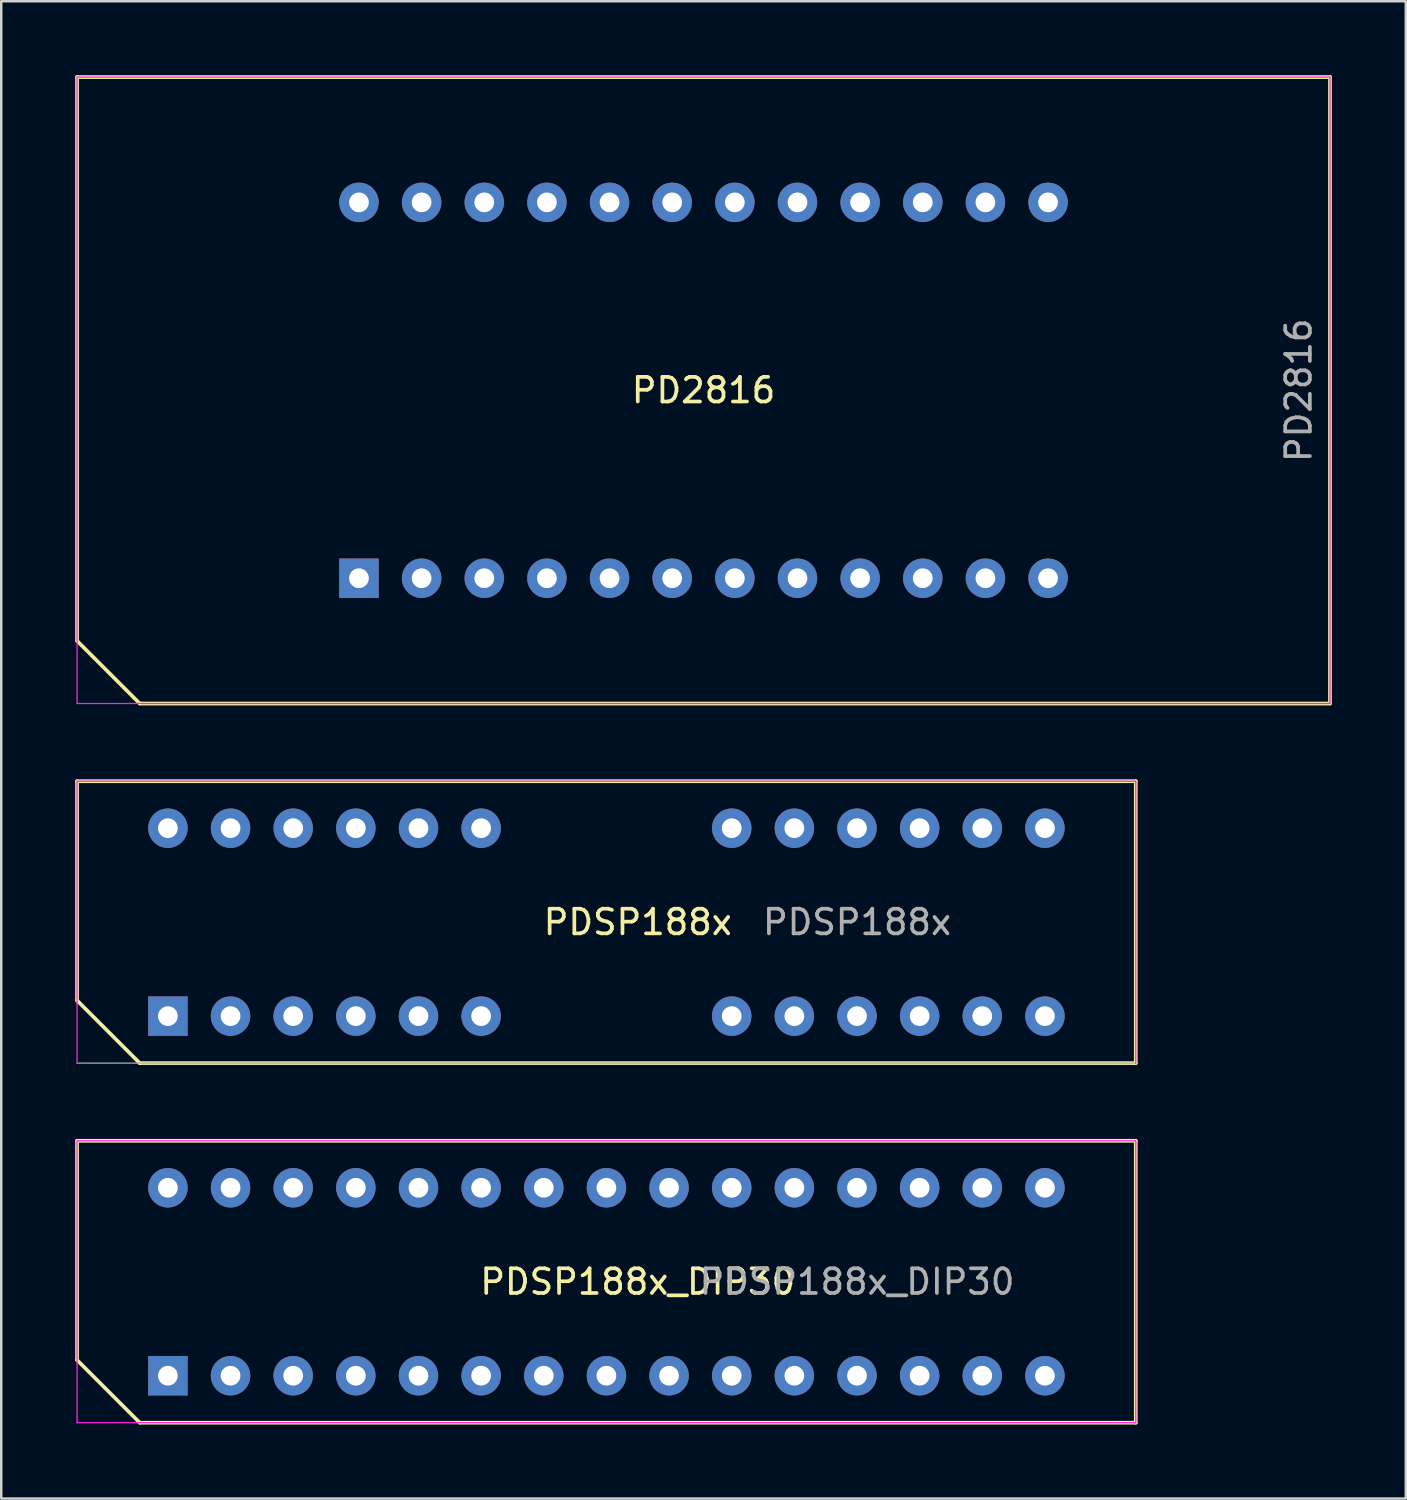
<source format=kicad_pcb>
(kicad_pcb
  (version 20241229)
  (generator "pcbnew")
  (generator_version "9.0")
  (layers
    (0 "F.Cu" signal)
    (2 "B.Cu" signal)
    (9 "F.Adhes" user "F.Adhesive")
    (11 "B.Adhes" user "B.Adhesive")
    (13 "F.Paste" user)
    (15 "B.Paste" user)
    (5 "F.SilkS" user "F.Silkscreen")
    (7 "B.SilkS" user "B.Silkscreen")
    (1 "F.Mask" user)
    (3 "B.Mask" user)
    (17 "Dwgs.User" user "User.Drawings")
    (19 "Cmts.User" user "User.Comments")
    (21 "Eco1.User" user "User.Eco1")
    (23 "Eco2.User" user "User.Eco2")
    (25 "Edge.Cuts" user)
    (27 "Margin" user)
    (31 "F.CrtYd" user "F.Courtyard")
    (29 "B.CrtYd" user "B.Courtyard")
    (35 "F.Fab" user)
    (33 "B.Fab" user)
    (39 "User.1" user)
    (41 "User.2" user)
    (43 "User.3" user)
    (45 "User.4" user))
  (footprint "PDSP188x_DIP30"
    (layer "F.Cu")
    (at 3.758 52.73)
    (property "Reference" "PDSP188x_DIP30" (at 19.05 -3.81 180) (layer "F.SilkS") (effects (font (size 1 1) (thickness 0.15))))
    (attr through_hole)
    (fp_line (start -3.683 -9.525) (end -3.683 -0.635) (stroke (width 0.15) (type solid)) (layer "F.SilkS"))
    (fp_line (start -3.683 -9.525) (end 39.243 -9.525) (stroke (width 0.15) (type solid)) (layer "F.SilkS"))
    (fp_line (start -3.683 -0.635) (end -1.143 1.905) (stroke (width 0.15) (type solid)) (layer "F.SilkS"))
    (fp_line (start -1.143 1.905) (end 39.243 1.905) (stroke (width 0.15) (type solid)) (layer "F.SilkS"))
    (fp_line (start 39.243 -9.525) (end 39.243 1.905) (stroke (width 0.15) (type solid)) (layer "F.SilkS"))
    (fp_line (start -3.683 -9.525) (end -3.683 1.905) (stroke (width 0.051) (type solid)) (layer "F.CrtYd"))
    (fp_line (start -3.683 -9.525) (end 39.243 -9.525) (stroke (width 0.051) (type solid)) (layer "F.CrtYd"))
    (fp_line (start -3.683 1.905) (end 39.243 1.905) (stroke (width 0.051) (type solid)) (layer "F.CrtYd"))
    (fp_line (start 39.243 -9.525) (end 39.243 1.905) (stroke (width 0.051) (type solid)) (layer "F.CrtYd"))
    (fp_text user "${REFERENCE}" (at 27.94 -3.81 180) (layer "F.Fab") (effects (font (size 1 1) (thickness 0.15))))
    (pad "1" thru_hole rect (at 0 0 90) (size 1.6 1.6) (drill 0.8) (layers "*.Cu" "*.Mask"))
    (pad "2" thru_hole oval (at 2.54 0 90) (size 1.6 1.6) (drill 0.8) (layers "*.Cu" "*.Mask"))
    (pad "3" thru_hole oval (at 5.08 0 90) (size 1.6 1.6) (drill 0.8) (layers "*.Cu" "*.Mask"))
    (pad "4" thru_hole oval (at 7.62 0 90) (size 1.6 1.6) (drill 0.8) (layers "*.Cu" "*.Mask"))
    (pad "5" thru_hole oval (at 10.16 0 90) (size 1.6 1.6) (drill 0.8) (layers "*.Cu" "*.Mask"))
    (pad "6" thru_hole oval (at 12.7 0 90) (size 1.6 1.6) (drill 0.8) (layers "*.Cu" "*.Mask"))
    (pad "7" thru_hole oval (at 15.24 0 90) (size 1.6 1.6) (drill 0.8) (layers "*.Cu" "*.Mask"))
    (pad "8" thru_hole oval (at 17.78 0 90) (size 1.6 1.6) (drill 0.8) (layers "*.Cu" "*.Mask"))
    (pad "9" thru_hole oval (at 20.32 0 90) (size 1.6 1.6) (drill 0.8) (layers "*.Cu" "*.Mask"))
    (pad "10" thru_hole oval (at 22.86 0 90) (size 1.6 1.6) (drill 0.8) (layers "*.Cu" "*.Mask"))
    (pad "11" thru_hole oval (at 25.4 0 90) (size 1.6 1.6) (drill 0.8) (layers "*.Cu" "*.Mask"))
    (pad "12" thru_hole oval (at 27.94 0 90) (size 1.6 1.6) (drill 0.8) (layers "*.Cu" "*.Mask"))
    (pad "13" thru_hole oval (at 30.48 0 90) (size 1.6 1.6) (drill 0.8) (layers "*.Cu" "*.Mask"))
    (pad "14" thru_hole oval (at 33.02 0 90) (size 1.6 1.6) (drill 0.8) (layers "*.Cu" "*.Mask"))
    (pad "15" thru_hole oval (at 35.56 0 90) (size 1.6 1.6) (drill 0.8) (layers "*.Cu" "*.Mask"))
    (pad "16" thru_hole oval (at 35.56 -7.62 90) (size 1.6 1.6) (drill 0.8) (layers "*.Cu" "*.Mask"))
    (pad "17" thru_hole oval (at 33.02 -7.62 90) (size 1.6 1.6) (drill 0.8) (layers "*.Cu" "*.Mask"))
    (pad "18" thru_hole oval (at 30.48 -7.62 90) (size 1.6 1.6) (drill 0.8) (layers "*.Cu" "*.Mask"))
    (pad "19" thru_hole oval (at 27.94 -7.62 90) (size 1.6 1.6) (drill 0.8) (layers "*.Cu" "*.Mask"))
    (pad "20" thru_hole oval (at 25.4 -7.62 90) (size 1.6 1.6) (drill 0.8) (layers "*.Cu" "*.Mask"))
    (pad "21" thru_hole oval (at 22.86 -7.62 90) (size 1.6 1.6) (drill 0.8) (layers "*.Cu" "*.Mask"))
    (pad "22" thru_hole oval (at 20.32 -7.62 90) (size 1.6 1.6) (drill 0.8) (layers "*.Cu" "*.Mask"))
    (pad "23" thru_hole oval (at 17.78 -7.62 90) (size 1.6 1.6) (drill 0.8) (layers "*.Cu" "*.Mask"))
    (pad "24" thru_hole oval (at 15.24 -7.62 90) (size 1.6 1.6) (drill 0.8) (layers "*.Cu" "*.Mask"))
    (pad "25" thru_hole oval (at 12.7 -7.62 90) (size 1.6 1.6) (drill 0.8) (layers "*.Cu" "*.Mask"))
    (pad "26" thru_hole oval (at 10.16 -7.62 90) (size 1.6 1.6) (drill 0.8) (layers "*.Cu" "*.Mask"))
    (pad "27" thru_hole oval (at 7.62 -7.62 90) (size 1.6 1.6) (drill 0.8) (layers "*.Cu" "*.Mask"))
    (pad "28" thru_hole oval (at 5.08 -7.62 90) (size 1.6 1.6) (drill 0.8) (layers "*.Cu" "*.Mask"))
    (pad "29" thru_hole oval (at 2.54 -7.62 90) (size 1.6 1.6) (drill 0.8) (layers "*.Cu" "*.Mask"))
    (pad "30" thru_hole oval (at 0 -7.62 90) (size 1.6 1.6) (drill 0.8) (layers "*.Cu" "*.Mask")))
  (footprint "PDSP188x"
    (layer "F.Cu")
    (at 3.758 38.15)
    (property "Reference" "PDSP188x" (at 19.05 -3.81 180) (layer "F.SilkS") (effects (font (size 1 1) (thickness 0.15))))
    (attr through_hole)
    (fp_line (start -3.683 -9.525) (end -3.683 -0.635) (stroke (width 0.15) (type solid)) (layer "F.SilkS"))
    (fp_line (start -3.683 -9.525) (end 39.243 -9.525) (stroke (width 0.15) (type solid)) (layer "F.SilkS"))
    (fp_line (start -3.683 -0.635) (end -1.143 1.905) (stroke (width 0.15) (type solid)) (layer "F.SilkS"))
    (fp_line (start -1.143 1.905) (end 39.243 1.905) (stroke (width 0.15) (type solid)) (layer "F.SilkS"))
    (fp_line (start 39.243 -9.525) (end 39.243 1.905) (stroke (width 0.15) (type solid)) (layer "F.SilkS"))
    (fp_line (start -3.683 -9.525) (end -3.683 1.905) (stroke (width 0.051) (type solid)) (layer "F.CrtYd"))
    (fp_line (start -3.683 -9.525) (end 39.243 -9.525) (stroke (width 0.051) (type solid)) (layer "F.CrtYd"))
    (fp_line (start 39.243 -9.525) (end 39.243 1.905) (stroke (width 0.051) (type solid)) (layer "F.CrtYd"))
    (fp_line (start -3.683 1.905) (end 39.243 1.905) (stroke (width 0.051) (type solid)) (layer "F.Fab"))
    (fp_text user "${REFERENCE}" (at 27.94 -3.81 180) (layer "F.Fab") (effects (font (size 1 1) (thickness 0.15))))
    (pad "1" thru_hole rect (at 0 0 90) (size 1.6 1.6) (drill 0.8) (layers "*.Cu" "*.Mask"))
    (pad "2" thru_hole oval (at 2.54 0 90) (size 1.6 1.6) (drill 0.8) (layers "*.Cu" "*.Mask"))
    (pad "3" thru_hole oval (at 5.08 0 90) (size 1.6 1.6) (drill 0.8) (layers "*.Cu" "*.Mask"))
    (pad "4" thru_hole oval (at 7.62 0 90) (size 1.6 1.6) (drill 0.8) (layers "*.Cu" "*.Mask"))
    (pad "5" thru_hole oval (at 10.16 0 90) (size 1.6 1.6) (drill 0.8) (layers "*.Cu" "*.Mask"))
    (pad "6" thru_hole oval (at 12.7 0 90) (size 1.6 1.6) (drill 0.8) (layers "*.Cu" "*.Mask"))
    (pad "10" thru_hole oval (at 22.86 0 90) (size 1.6 1.6) (drill 0.8) (layers "*.Cu" "*.Mask"))
    (pad "11" thru_hole oval (at 25.4 0 90) (size 1.6 1.6) (drill 0.8) (layers "*.Cu" "*.Mask"))
    (pad "12" thru_hole oval (at 27.94 0 90) (size 1.6 1.6) (drill 0.8) (layers "*.Cu" "*.Mask"))
    (pad "13" thru_hole oval (at 30.48 0 90) (size 1.6 1.6) (drill 0.8) (layers "*.Cu" "*.Mask"))
    (pad "14" thru_hole oval (at 33.02 0 90) (size 1.6 1.6) (drill 0.8) (layers "*.Cu" "*.Mask"))
    (pad "15" thru_hole oval (at 35.56 0 90) (size 1.6 1.6) (drill 0.8) (layers "*.Cu" "*.Mask"))
    (pad "16" thru_hole oval (at 35.56 -7.62 90) (size 1.6 1.6) (drill 0.8) (layers "*.Cu" "*.Mask"))
    (pad "17" thru_hole oval (at 33.02 -7.62 90) (size 1.6 1.6) (drill 0.8) (layers "*.Cu" "*.Mask"))
    (pad "18" thru_hole oval (at 30.48 -7.62 90) (size 1.6 1.6) (drill 0.8) (layers "*.Cu" "*.Mask"))
    (pad "19" thru_hole oval (at 27.94 -7.62 90) (size 1.6 1.6) (drill 0.8) (layers "*.Cu" "*.Mask"))
    (pad "20" thru_hole oval (at 25.4 -7.62 90) (size 1.6 1.6) (drill 0.8) (layers "*.Cu" "*.Mask"))
    (pad "21" thru_hole oval (at 22.86 -7.62 90) (size 1.6 1.6) (drill 0.8) (layers "*.Cu" "*.Mask"))
    (pad "25" thru_hole oval (at 12.7 -7.62 90) (size 1.6 1.6) (drill 0.8) (layers "*.Cu" "*.Mask"))
    (pad "26" thru_hole oval (at 10.16 -7.62 90) (size 1.6 1.6) (drill 0.8) (layers "*.Cu" "*.Mask"))
    (pad "27" thru_hole oval (at 7.62 -7.62 90) (size 1.6 1.6) (drill 0.8) (layers "*.Cu" "*.Mask"))
    (pad "28" thru_hole oval (at 5.08 -7.62 90) (size 1.6 1.6) (drill 0.8) (layers "*.Cu" "*.Mask"))
    (pad "29" thru_hole oval (at 2.54 -7.62 90) (size 1.6 1.6) (drill 0.8) (layers "*.Cu" "*.Mask"))
    (pad "30" thru_hole oval (at 0 -7.62 90) (size 1.6 1.6) (drill 0.8) (layers "*.Cu" "*.Mask")))
  (footprint "PD2816"
    (layer "F.Cu")
    (at 11.505 20.395)
    (property "Reference" "PD2816" (at 13.97 -7.62 180) (layer "F.SilkS") (effects (font (size 1 1) (thickness 0.15))))
    (attr through_hole)
    (fp_line (start -11.43 -20.32) (end -11.43 2.54) (stroke (width 0.15) (type solid)) (layer "F.SilkS"))
    (fp_line (start -11.43 -20.32) (end 39.37 -20.32) (stroke (width 0.15) (type solid)) (layer "F.SilkS"))
    (fp_line (start -8.89 5.08) (end -11.43 2.54) (stroke (width 0.15) (type solid)) (layer "F.SilkS"))
    (fp_line (start -8.89 5.08) (end 39.37 5.08) (stroke (width 0.15) (type solid)) (layer "F.SilkS"))
    (fp_line (start 39.37 -20.32) (end 39.37 5.08) (stroke (width 0.15) (type solid)) (layer "F.SilkS"))
    (fp_line (start -11.43 -20.32) (end -11.43 5.08) (stroke (width 0.051) (type solid)) (layer "F.CrtYd"))
    (fp_line (start -11.43 5.08) (end 39.37 5.08) (stroke (width 0.051) (type solid)) (layer "F.CrtYd"))
    (fp_line (start 39.37 -20.32) (end -11.43 -20.32) (stroke (width 0.051) (type solid)) (layer "F.CrtYd"))
    (fp_line (start 39.37 5.08) (end 39.37 -20.32) (stroke (width 0.051) (type solid)) (layer "F.CrtYd"))
    (fp_text user "${REFERENCE}" (at 38.1 -7.62 90) (layer "F.Fab") (effects (font (size 1 1) (thickness 0.15))))
    (pad "1" thru_hole rect (at 0 0 90) (size 1.6 1.6) (drill 0.8) (layers "*.Cu" "*.Mask"))
    (pad "2" thru_hole oval (at 2.54 0 90) (size 1.6 1.6) (drill 0.8) (layers "*.Cu" "*.Mask"))
    (pad "3" thru_hole oval (at 5.08 0 90) (size 1.6 1.6) (drill 0.8) (layers "*.Cu" "*.Mask"))
    (pad "4" thru_hole oval (at 7.62 0 90) (size 1.6 1.6) (drill 0.8) (layers "*.Cu" "*.Mask"))
    (pad "5" thru_hole oval (at 10.16 0 90) (size 1.6 1.6) (drill 0.8) (layers "*.Cu" "*.Mask"))
    (pad "6" thru_hole oval (at 12.7 0 90) (size 1.6 1.6) (drill 0.8) (layers "*.Cu" "*.Mask"))
    (pad "7" thru_hole oval (at 15.24 0 90) (size 1.6 1.6) (drill 0.8) (layers "*.Cu" "*.Mask"))
    (pad "8" thru_hole oval (at 17.78 0 90) (size 1.6 1.6) (drill 0.8) (layers "*.Cu" "*.Mask"))
    (pad "9" thru_hole oval (at 20.32 0 90) (size 1.6 1.6) (drill 0.8) (layers "*.Cu" "*.Mask"))
    (pad "10" thru_hole oval (at 22.86 0 90) (size 1.6 1.6) (drill 0.8) (layers "*.Cu" "*.Mask"))
    (pad "11" thru_hole oval (at 25.4 0 90) (size 1.6 1.6) (drill 0.8) (layers "*.Cu" "*.Mask"))
    (pad "12" thru_hole oval (at 27.94 0 90) (size 1.6 1.6) (drill 0.8) (layers "*.Cu" "*.Mask"))
    (pad "13" thru_hole oval (at 27.94 -15.24 90) (size 1.6 1.6) (drill 0.8) (layers "*.Cu" "*.Mask"))
    (pad "14" thru_hole oval (at 25.4 -15.24 90) (size 1.6 1.6) (drill 0.8) (layers "*.Cu" "*.Mask"))
    (pad "15" thru_hole oval (at 22.86 -15.24 90) (size 1.6 1.6) (drill 0.8) (layers "*.Cu" "*.Mask"))
    (pad "16" thru_hole oval (at 20.32 -15.24 90) (size 1.6 1.6) (drill 0.8) (layers "*.Cu" "*.Mask"))
    (pad "17" thru_hole oval (at 17.78 -15.24 90) (size 1.6 1.6) (drill 0.8) (layers "*.Cu" "*.Mask"))
    (pad "18" thru_hole oval (at 15.24 -15.24 90) (size 1.6 1.6) (drill 0.8) (layers "*.Cu" "*.Mask"))
    (pad "19" thru_hole oval (at 12.7 -15.24 90) (size 1.6 1.6) (drill 0.8) (layers "*.Cu" "*.Mask"))
    (pad "20" thru_hole oval (at 10.16 -15.24 90) (size 1.6 1.6) (drill 0.8) (layers "*.Cu" "*.Mask"))
    (pad "21" thru_hole oval (at 7.62 -15.24 90) (size 1.6 1.6) (drill 0.8) (layers "*.Cu" "*.Mask"))
    (pad "22" thru_hole oval (at 5.08 -15.24 90) (size 1.6 1.6) (drill 0.8) (layers "*.Cu" "*.Mask"))
    (pad "23" thru_hole oval (at 2.54 -15.24 90) (size 1.6 1.6) (drill 0.8) (layers "*.Cu" "*.Mask"))
    (pad "24" thru_hole oval (at 0 -15.24 90) (size 1.6 1.6) (drill 0.8) (layers "*.Cu" "*.Mask")))
  (gr_rect
    (start -3 -3)
    (end 53.95 57.71)
    (stroke (width 0.1) (type default))
    (fill no)
    (layer "Edge.Cuts")))
</source>
